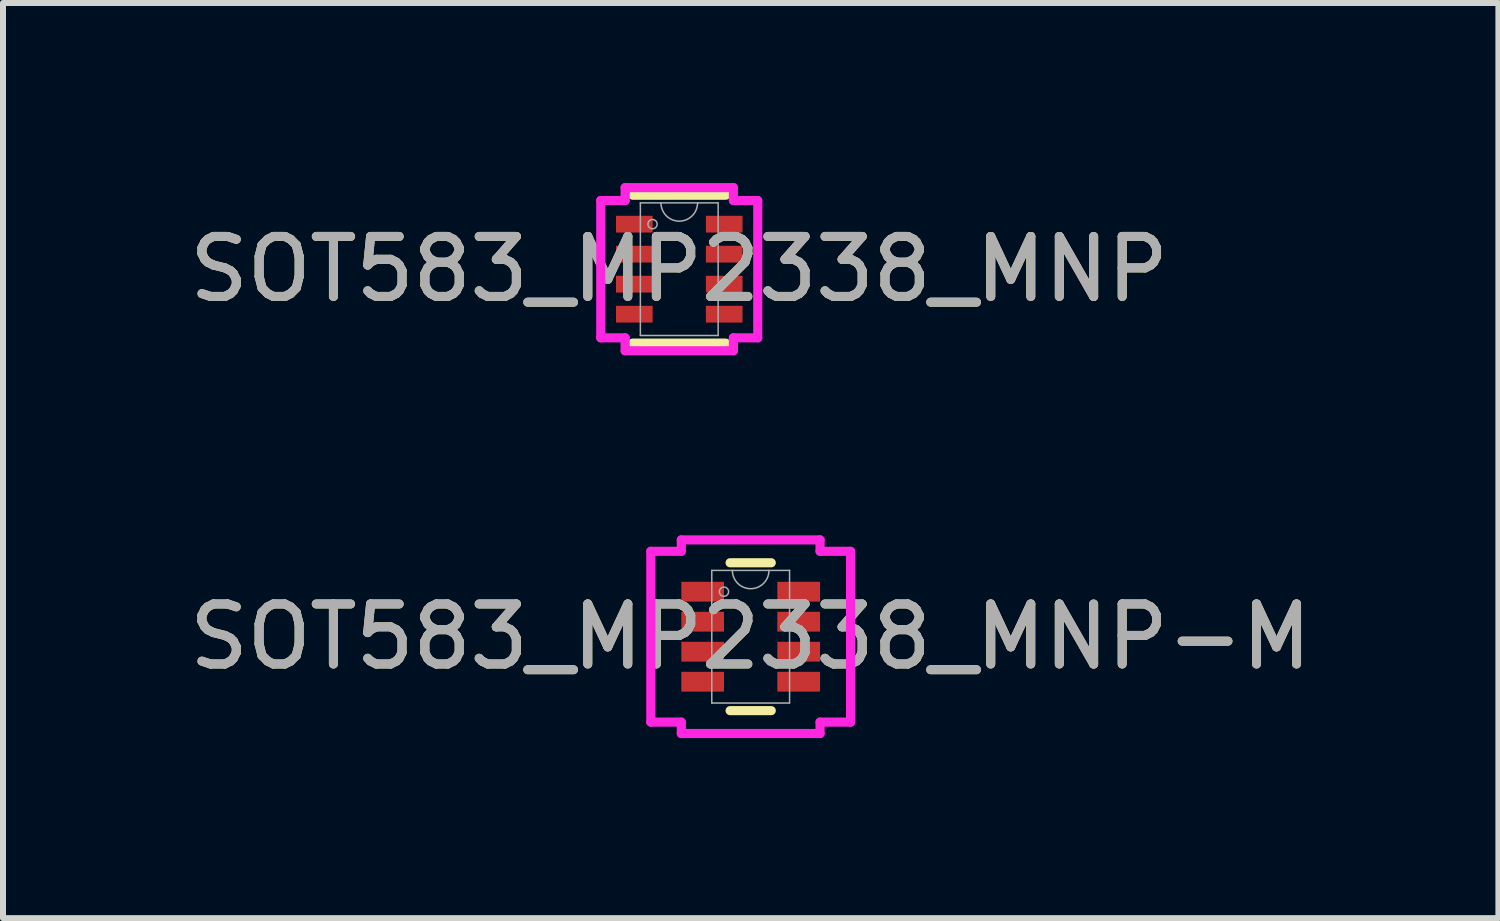
<source format=kicad_pcb>
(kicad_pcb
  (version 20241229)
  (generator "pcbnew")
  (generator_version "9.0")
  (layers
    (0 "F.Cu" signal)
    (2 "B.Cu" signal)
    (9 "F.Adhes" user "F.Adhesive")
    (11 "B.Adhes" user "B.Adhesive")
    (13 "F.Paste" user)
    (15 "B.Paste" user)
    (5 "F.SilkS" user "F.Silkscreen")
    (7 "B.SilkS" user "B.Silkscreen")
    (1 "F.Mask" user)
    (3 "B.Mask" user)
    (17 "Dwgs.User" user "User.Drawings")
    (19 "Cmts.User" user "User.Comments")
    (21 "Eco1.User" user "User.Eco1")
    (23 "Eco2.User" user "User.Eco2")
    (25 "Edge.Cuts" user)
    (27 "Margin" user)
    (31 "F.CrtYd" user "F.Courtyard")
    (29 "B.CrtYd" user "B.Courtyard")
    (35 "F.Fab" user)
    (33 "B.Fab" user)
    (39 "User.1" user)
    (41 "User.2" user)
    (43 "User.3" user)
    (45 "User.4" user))
  (footprint "SOT583_MP2338_MNP-M"
    (layer "F.Cu")
    (at 9.458 7.559)
    (property "Reference" "SOT583_MP2338_MNP-M" (at 0 0 0) (unlocked yes) (layer "F.SilkS") (effects (font (size 1 1) (thickness 0.15))))
    (attr smd)
    (fp_line (start -0.343 1.232) (end 0.343 1.232) (stroke (width 0.152) (type solid)) (layer "F.SilkS"))
    (fp_line (start 0.343 -1.232) (end -0.343 -1.232) (stroke (width 0.152) (type solid)) (layer "F.SilkS"))
    (fp_line (start -1.664 -1.423) (end -1.156 -1.423) (stroke (width 0.152) (type solid)) (layer "F.CrtYd"))
    (fp_line (start -1.664 1.423) (end -1.664 -1.423) (stroke (width 0.152) (type solid)) (layer "F.CrtYd"))
    (fp_line (start -1.156 -1.613) (end 1.156 -1.613) (stroke (width 0.152) (type solid)) (layer "F.CrtYd"))
    (fp_line (start -1.156 -1.423) (end -1.156 -1.613) (stroke (width 0.152) (type solid)) (layer "F.CrtYd"))
    (fp_line (start -1.156 1.423) (end -1.664 1.423) (stroke (width 0.152) (type solid)) (layer "F.CrtYd"))
    (fp_line (start -1.156 1.613) (end -1.156 1.423) (stroke (width 0.152) (type solid)) (layer "F.CrtYd"))
    (fp_line (start 1.156 -1.613) (end 1.156 -1.423) (stroke (width 0.152) (type solid)) (layer "F.CrtYd"))
    (fp_line (start 1.156 -1.423) (end 1.664 -1.423) (stroke (width 0.152) (type solid)) (layer "F.CrtYd"))
    (fp_line (start 1.156 1.423) (end 1.156 1.613) (stroke (width 0.152) (type solid)) (layer "F.CrtYd"))
    (fp_line (start 1.156 1.613) (end -1.156 1.613) (stroke (width 0.152) (type solid)) (layer "F.CrtYd"))
    (fp_line (start 1.664 -1.423) (end 1.664 1.423) (stroke (width 0.152) (type solid)) (layer "F.CrtYd"))
    (fp_line (start 1.664 1.423) (end 1.156 1.423) (stroke (width 0.152) (type solid)) (layer "F.CrtYd"))
    (fp_line (start -0.648 -1.105) (end -0.648 1.105) (stroke (width 0.025) (type solid)) (layer "F.Fab"))
    (fp_line (start -0.648 1.105) (end 0.648 1.105) (stroke (width 0.025) (type solid)) (layer "F.Fab"))
    (fp_line (start 0.648 -1.105) (end -0.648 -1.105) (stroke (width 0.025) (type solid)) (layer "F.Fab"))
    (fp_line (start 0.648 1.105) (end 0.648 -1.105) (stroke (width 0.025) (type solid)) (layer "F.Fab"))
    (fp_arc (start 0.3048 -1.1049) (mid 0 -0.8001) (end -0.3048 -1.1049) (stroke (width 0.0254) (type solid)) (layer "F.Fab"))
    (fp_circle (center -0.445 -0.75) (end -0.368 -0.75) (stroke (width 0.025) (type solid)) (fill no) (layer "F.Fab"))
    (fp_text user "${REFERENCE}" (at 0 0 0) (unlocked yes) (layer "F.Fab") (effects (font (size 1 1) (thickness 0.15))))
    (pad "1" smd rect (at -0.8 -0.75) (size 0.711 0.33) (layers "F.Cu" "F.Mask" "F.Paste"))
    (pad "2" smd rect (at -0.8 -0.25) (size 0.711 0.33) (layers "F.Cu" "F.Mask" "F.Paste"))
    (pad "3" smd rect (at -0.8 0.25) (size 0.711 0.33) (layers "F.Cu" "F.Mask" "F.Paste"))
    (pad "4" smd rect (at -0.8 0.75) (size 0.711 0.33) (layers "F.Cu" "F.Mask" "F.Paste"))
    (pad "5" smd rect (at 0.8 0.75) (size 0.711 0.33) (layers "F.Cu" "F.Mask" "F.Paste"))
    (pad "6" smd rect (at 0.8 0.25) (size 0.711 0.33) (layers "F.Cu" "F.Mask" "F.Paste"))
    (pad "7" smd rect (at 0.8 -0.25) (size 0.711 0.33) (layers "F.Cu" "F.Mask" "F.Paste"))
    (pad "8" smd rect (at 0.8 -0.75) (size 0.711 0.33) (layers "F.Cu" "F.Mask" "F.Paste")))
  (footprint "SOT583_MP2338_MNP"
    (layer "F.Cu")
    (at 8.268 1.435)
    (property "Reference" "SOT583_MP2338_MNP" (at 0 0 0) (unlocked yes) (layer "F.SilkS") (effects (font (size 1 1) (thickness 0.15))))
    (attr smd)
    (fp_line (start -0.775 1.232) (end 0.775 1.232) (stroke (width 0.152) (type solid)) (layer "F.SilkS"))
    (fp_line (start 0.775 -1.232) (end -0.775 -1.232) (stroke (width 0.152) (type solid)) (layer "F.SilkS"))
    (fp_line (start -1.308 -1.144) (end -0.902 -1.144) (stroke (width 0.152) (type solid)) (layer "F.CrtYd"))
    (fp_line (start -1.308 1.144) (end -1.308 -1.144) (stroke (width 0.152) (type solid)) (layer "F.CrtYd"))
    (fp_line (start -0.902 -1.359) (end 0.902 -1.359) (stroke (width 0.152) (type solid)) (layer "F.CrtYd"))
    (fp_line (start -0.902 -1.144) (end -0.902 -1.359) (stroke (width 0.152) (type solid)) (layer "F.CrtYd"))
    (fp_line (start -0.902 1.144) (end -1.308 1.144) (stroke (width 0.152) (type solid)) (layer "F.CrtYd"))
    (fp_line (start -0.902 1.359) (end -0.902 1.144) (stroke (width 0.152) (type solid)) (layer "F.CrtYd"))
    (fp_line (start 0.902 -1.359) (end 0.902 -1.144) (stroke (width 0.152) (type solid)) (layer "F.CrtYd"))
    (fp_line (start 0.902 -1.144) (end 1.308 -1.144) (stroke (width 0.152) (type solid)) (layer "F.CrtYd"))
    (fp_line (start 0.902 1.144) (end 0.902 1.359) (stroke (width 0.152) (type solid)) (layer "F.CrtYd"))
    (fp_line (start 0.902 1.359) (end -0.902 1.359) (stroke (width 0.152) (type solid)) (layer "F.CrtYd"))
    (fp_line (start 1.308 -1.144) (end 1.308 1.144) (stroke (width 0.152) (type solid)) (layer "F.CrtYd"))
    (fp_line (start 1.308 1.144) (end 0.902 1.144) (stroke (width 0.152) (type solid)) (layer "F.CrtYd"))
    (fp_line (start -0.648 -1.105) (end -0.648 1.105) (stroke (width 0.025) (type solid)) (layer "F.Fab"))
    (fp_line (start -0.648 1.105) (end 0.648 1.105) (stroke (width 0.025) (type solid)) (layer "F.Fab"))
    (fp_line (start 0.648 -1.105) (end -0.648 -1.105) (stroke (width 0.025) (type solid)) (layer "F.Fab"))
    (fp_line (start 0.648 1.105) (end 0.648 -1.105) (stroke (width 0.025) (type solid)) (layer "F.Fab"))
    (fp_arc (start 0.3048 -1.1049) (mid 0 -0.8001) (end -0.3048 -1.1049) (stroke (width 0.0254) (type solid)) (layer "F.Fab"))
    (fp_circle (center -0.445 -0.75) (end -0.368 -0.75) (stroke (width 0.025) (type solid)) (fill no) (layer "F.Fab"))
    (fp_text user "${REFERENCE}" (at 0 0 0) (unlocked yes) (layer "F.Fab") (effects (font (size 1 1) (thickness 0.15))))
    (pad "1" smd rect (at -0.749 -0.75) (size 0.61 0.279) (layers "F.Cu" "F.Mask" "F.Paste"))
    (pad "2" smd rect (at -0.749 -0.25) (size 0.61 0.279) (layers "F.Cu" "F.Mask" "F.Paste"))
    (pad "3" smd rect (at -0.749 0.25) (size 0.61 0.279) (layers "F.Cu" "F.Mask" "F.Paste"))
    (pad "4" smd rect (at -0.749 0.75) (size 0.61 0.279) (layers "F.Cu" "F.Mask" "F.Paste"))
    (pad "5" smd rect (at 0.749 0.75) (size 0.61 0.279) (layers "F.Cu" "F.Mask" "F.Paste"))
    (pad "6" smd rect (at 0.749 0.25) (size 0.61 0.279) (layers "F.Cu" "F.Mask" "F.Paste"))
    (pad "7" smd rect (at 0.749 -0.25) (size 0.61 0.279) (layers "F.Cu" "F.Mask" "F.Paste"))
    (pad "8" smd rect (at 0.749 -0.75) (size 0.61 0.279) (layers "F.Cu" "F.Mask" "F.Paste")))
  (gr_rect
    (start -3 -3)
    (end 21.917 12.248)
    (stroke (width 0.1) (type default))
    (fill no)
    (layer "Edge.Cuts")))
</source>
